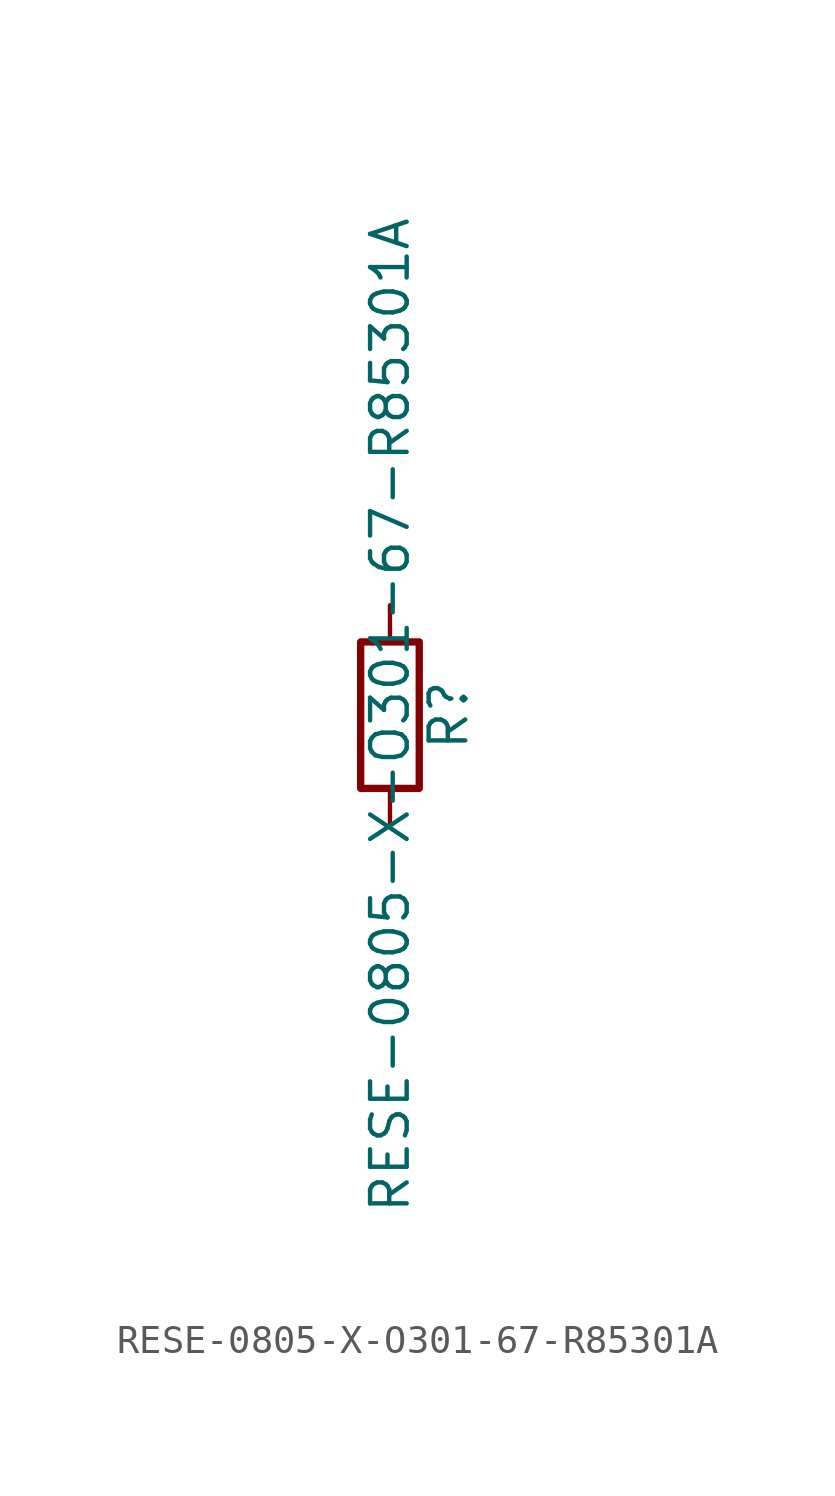
<source format=kicad_sym>
(kicad_symbol_lib
  (version 20211014)
  (generator kicad_symbol_editor)
  (symbol "RESE-0805-X-O301-67-R85301A"
    (pin_numbers hide)
    (pin_names
      (offset 0))
    (property "Reference" "R"
      (at 2.032 0 90)
      (effects (font (size 1.27 1.27))))
    (property "Value" "RESE-0805-X-O301-67-R85301A"
      (at 0 0 90)
      (effects (font (size 1.27 1.27))))
    (symbol "RESE-0805-X-O301-67-R85301A_0_1"
      (rectangle (start -1.016 -2.54) (end 1.016 2.54) (stroke (width 0.254) (type default) (color 0 0 0 0)) (fill (type none))))
    (symbol "RESE-0805-X-O301-67-R85301A_1_1"
      (pin passive line (at 0 3.81 270) (length 1.27) (name "~" (effects (font (size 1.27 1.27)))) (number "1" (effects (font (size 1.27 1.27)))))
      (pin passive line (at 0 -3.81 90) (length 1.27) (name "~" (effects (font (size 1.27 1.27)))) (number "2" (effects (font (size 1.27 1.27))))))))
</source>
